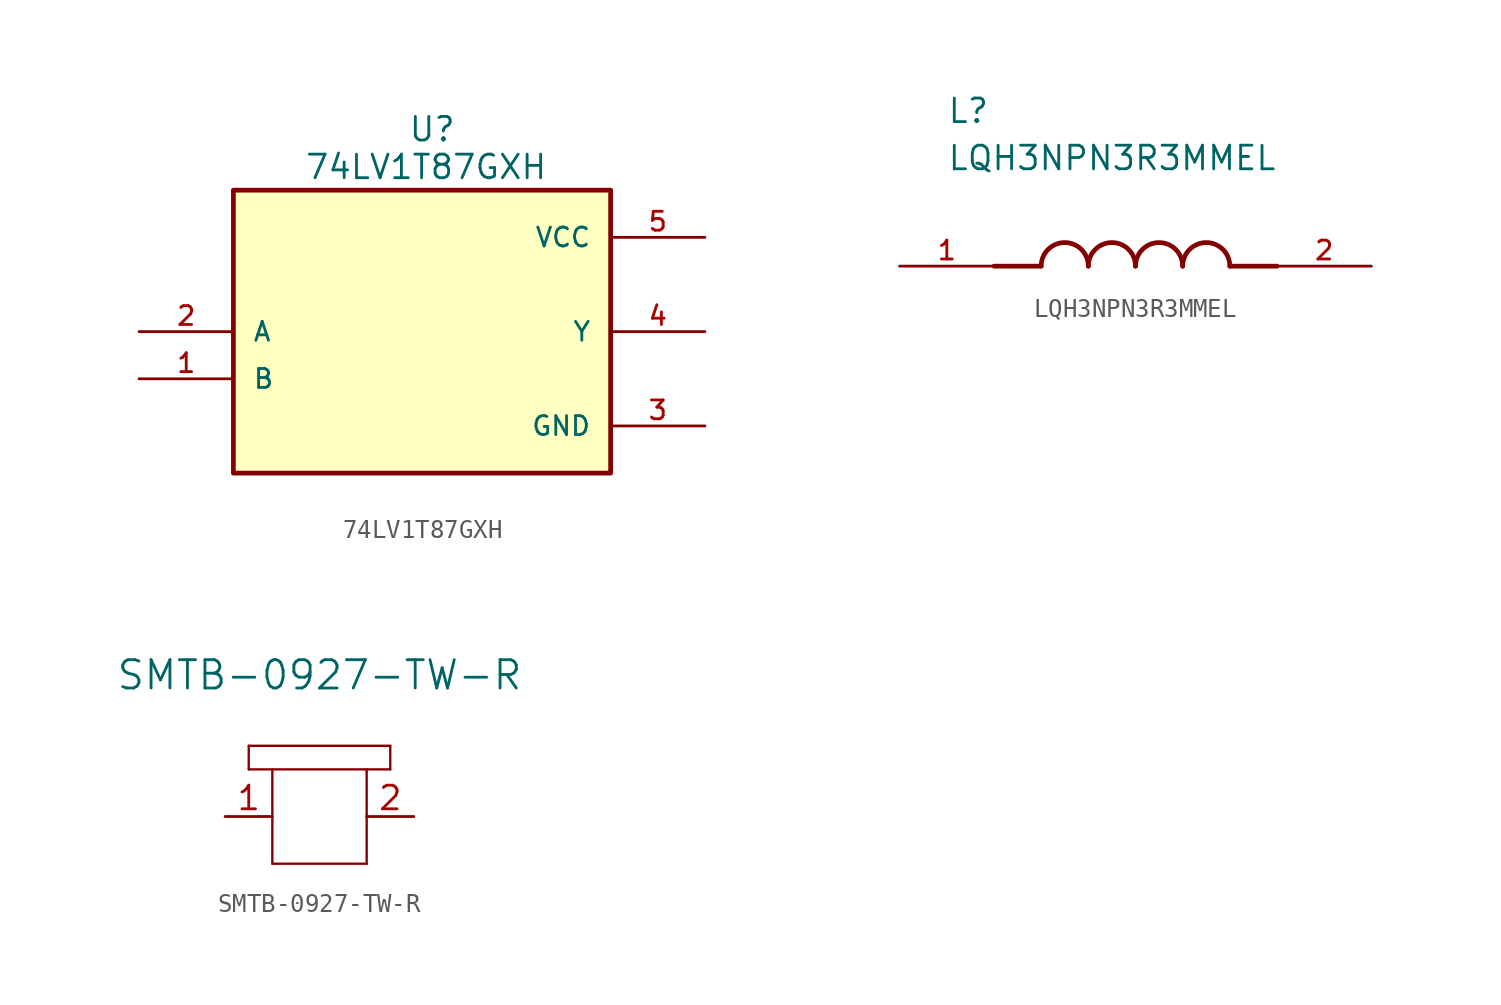
<source format=kicad_sym>
(kicad_symbol_lib
  (version 20231120)
  (generator "kicad_symbol_editor")
  (generator_version "8.0")
  (symbol "74LV1T87GXH"
    (pin_names
      (offset 1.016))
    (property "Reference" "U"
      (at -0.762 10.16 0)
      (effects (font (size 1.27 1.27)) (justify left bottom)))
    (property "Value" "74LV1T87GXH"
      (at -6.35 8.128 0)
      (effects (font (size 1.27 1.27)) (justify left bottom)))
    (symbol "74LV1T87GXH_0_0"
      (rectangle (start -10.16 -7.62) (end 10.16 7.62) (stroke (width 0.254) (type default)) (fill (type background)))
      (pin input line (at -15.24 -2.54 0) (length 5.08) (name "B" (effects (font (size 1.016 1.016)))) (number "1" (effects (font (size 1.016 1.016)))))
      (pin input line (at -15.24 0 0) (length 5.08) (name "A" (effects (font (size 1.016 1.016)))) (number "2" (effects (font (size 1.016 1.016)))))
      (pin power_in line (at 15.24 -5.08 180) (length 5.08) (name "GND" (effects (font (size 1.016 1.016)))) (number "3" (effects (font (size 1.016 1.016)))))
      (pin output line (at 15.24 0 180) (length 5.08) (name "Y" (effects (font (size 1.016 1.016)))) (number "4" (effects (font (size 1.016 1.016)))))
      (pin power_in line (at 15.24 5.08 180) (length 5.08) (name "VCC" (effects (font (size 1.016 1.016)))) (number "5" (effects (font (size 1.016 1.016)))))))
  (symbol "LQH3NPN3R3MMEL"
    (pin_names
      (offset 1.016))
    (property "Reference" "L"
      (at -10.16 7.62 0)
      (effects (font (size 1.27 1.27)) (justify left bottom)))
    (property "Value" "LQH3NPN3R3MMEL"
      (at -10.16 5.08 0)
      (effects (font (size 1.27 1.27)) (justify left bottom)))
    (symbol "LQH3NPN3R3MMEL_0_0"
      (arc (start -2.54 0) (mid -3.81 1.2645) (end -5.08 0) (stroke (width 0.254) (type default)) (fill (type none)))
      (arc (start 0 0) (mid -1.27 1.2645) (end -2.54 0) (stroke (width 0.254) (type default)) (fill (type none)))
      (polyline (pts (xy -5.08 0) (xy -7.62 0)) (stroke (width 0.254) (type default)) (fill (type none)))
      (polyline (pts (xy 5.08 0) (xy 7.62 0)) (stroke (width 0.254) (type default)) (fill (type none)))
      (arc (start 2.54 0) (mid 1.27 1.2645) (end 0 0) (stroke (width 0.254) (type default)) (fill (type none)))
      (arc (start 5.08 0) (mid 3.81 1.2645) (end 2.54 0) (stroke (width 0.254) (type default)) (fill (type none)))
      (pin passive line (at -12.7 0 0) (length 5.08) (name "~" (effects (font (size 1.016 1.016)))) (number "1" (effects (font (size 1.016 1.016)))))
      (pin passive line (at 12.7 0 180) (length 5.08) (name "~" (effects (font (size 1.016 1.016)))) (number "2" (effects (font (size 1.016 1.016)))))))
  (symbol "SMTB-0927-TW-R"
    (pin_names
      (offset 0.254))
    (property "Reference" "LS"
      (at 12.7 10.16 0)
      (effects (font (size 1.524 1.524)) (hide yes)))
    (property "Value" "SMTB-0927-TW-R"
      (at 12.7 7.62 0)
      (effects (font (size 1.524 1.524))))
    (property "ki_locked" ""
      (at 0 0 0)
      (effects (font (size 1.27 1.27))))
    (symbol "SMTB-0927-TW-R_0_1"
      (polyline (pts (xy 8.89 3.81) (xy 8.89 2.54)) (stroke (width 0.127) (type default)) (fill (type none)))
      (polyline (pts (xy 8.89 3.81) (xy 16.51 3.81)) (stroke (width 0.127) (type default)) (fill (type none)))
      (polyline (pts (xy 10.16 -2.54) (xy 15.24 -2.54)) (stroke (width 0.127) (type default)) (fill (type none)))
      (polyline (pts (xy 10.16 2.54) (xy 10.16 -2.54)) (stroke (width 0.127) (type default)) (fill (type none)))
      (polyline (pts (xy 15.24 -2.54) (xy 15.24 2.54)) (stroke (width 0.127) (type default)) (fill (type none)))
      (polyline (pts (xy 16.51 2.54) (xy 8.89 2.54)) (stroke (width 0.127) (type default)) (fill (type none)))
      (polyline (pts (xy 16.51 3.81) (xy 16.51 2.54)) (stroke (width 0.127) (type default)) (fill (type none))))
    (symbol "SMTB-0927-TW-R_1_1"
      (pin input line (at 7.62 0 0) (length 2.54) (name "" (effects (font (size 1.27 1.27)))) (number "1" (effects (font (size 1.27 1.27)))))
      (pin output line (at 17.78 0 180) (length 2.54) (name "" (effects (font (size 1.27 1.27)))) (number "2" (effects (font (size 1.27 1.27))))))))
</source>
